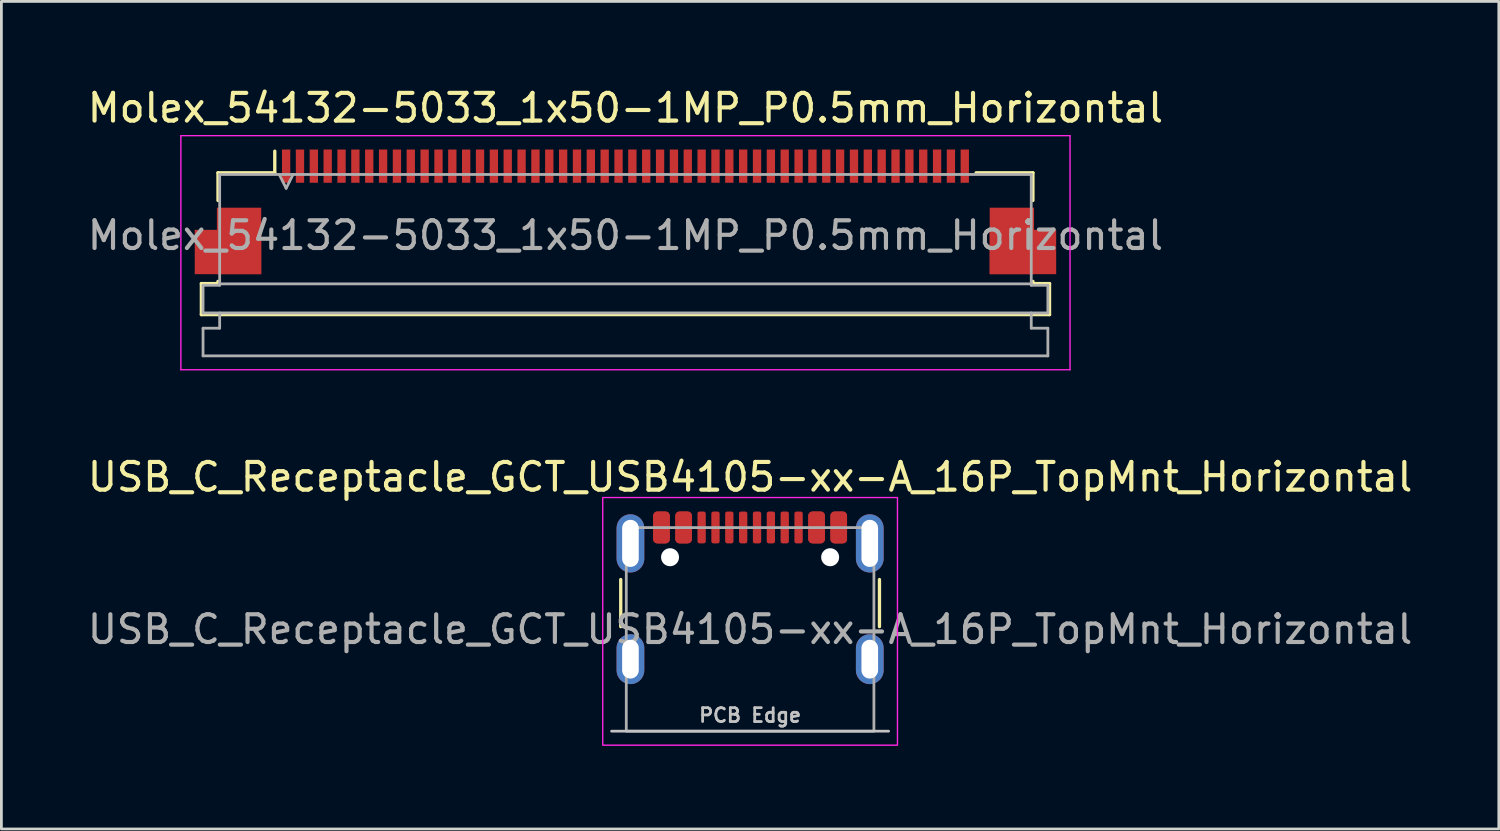
<source format=kicad_pcb>
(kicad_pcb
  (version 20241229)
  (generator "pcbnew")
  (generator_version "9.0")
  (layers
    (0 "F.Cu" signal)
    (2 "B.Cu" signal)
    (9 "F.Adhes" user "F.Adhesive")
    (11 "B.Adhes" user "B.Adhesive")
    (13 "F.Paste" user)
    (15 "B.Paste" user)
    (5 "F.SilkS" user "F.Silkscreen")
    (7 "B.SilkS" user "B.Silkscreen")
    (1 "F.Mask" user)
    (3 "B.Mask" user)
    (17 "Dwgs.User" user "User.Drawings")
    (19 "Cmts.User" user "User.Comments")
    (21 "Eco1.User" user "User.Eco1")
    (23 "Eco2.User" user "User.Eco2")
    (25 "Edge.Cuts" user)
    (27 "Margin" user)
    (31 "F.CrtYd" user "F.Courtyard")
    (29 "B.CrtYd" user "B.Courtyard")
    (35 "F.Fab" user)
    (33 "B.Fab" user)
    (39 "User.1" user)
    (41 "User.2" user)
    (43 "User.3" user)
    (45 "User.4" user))
  (footprint "Molex_54132-5033_1x50-1MP_P0.5mm_Horizontal"
    (layer "F.Cu")
    (at 19.53 4.598)
    (property "Reference" "Molex_54132-5033_1x50-1MP_P0.5mm_Horizontal" (at 0 -3.75 180) (layer "F.SilkS") (effects (font (size 1 1) (thickness 0.15))))
    (attr smd)
    (fp_line (start -15.31 2.59) (end -15.31 3.71) (stroke (width 0.12) (type solid)) (layer "F.SilkS"))
    (fp_line (start -15.31 2.59) (end -14.71 2.59) (stroke (width 0.12) (type solid)) (layer "F.SilkS"))
    (fp_line (start -14.71 -1.41) (end -14.71 -0.41) (stroke (width 0.12) (type solid)) (layer "F.SilkS"))
    (fp_line (start -14.71 2.59) (end -14.71 2.51) (stroke (width 0.12) (type solid)) (layer "F.SilkS"))
    (fp_line (start -12.66 -1.41) (end -14.71 -1.41) (stroke (width 0.12) (type solid)) (layer "F.SilkS"))
    (fp_line (start -12.66 -1.41) (end -12.66 -2.19) (stroke (width 0.12) (type solid)) (layer "F.SilkS"))
    (fp_line (start 14.71 -1.41) (end 12.66 -1.41) (stroke (width 0.12) (type solid)) (layer "F.SilkS"))
    (fp_line (start 14.71 -1.41) (end 14.71 -0.41) (stroke (width 0.12) (type solid)) (layer "F.SilkS"))
    (fp_line (start 14.71 2.59) (end 14.71 2.51) (stroke (width 0.12) (type solid)) (layer "F.SilkS"))
    (fp_line (start 14.71 2.59) (end 15.31 2.59) (stroke (width 0.12) (type solid)) (layer "F.SilkS"))
    (fp_line (start 15.31 2.59) (end 15.31 3.71) (stroke (width 0.12) (type solid)) (layer "F.SilkS"))
    (fp_line (start 15.31 3.71) (end -15.31 3.71) (stroke (width 0.12) (type solid)) (layer "F.SilkS"))
    (fp_line (start -16.05 -2.75) (end -16.05 5.7) (stroke (width 0.05) (type solid)) (layer "F.CrtYd"))
    (fp_line (start -16.05 -2.75) (end 16.05 -2.75) (stroke (width 0.05) (type solid)) (layer "F.CrtYd"))
    (fp_line (start 16.05 5.7) (end -16.05 5.7) (stroke (width 0.05) (type solid)) (layer "F.CrtYd"))
    (fp_line (start 16.05 5.7) (end 16.05 -2.75) (stroke (width 0.05) (type solid)) (layer "F.CrtYd"))
    (fp_line (start -15.25 2.65) (end -15.25 3.65) (stroke (width 0.1) (type solid)) (layer "F.Fab"))
    (fp_line (start -15.25 2.65) (end -14.65 2.65) (stroke (width 0.1) (type solid)) (layer "F.Fab"))
    (fp_line (start -15.25 3.65) (end 15.25 3.65) (stroke (width 0.1) (type solid)) (layer "F.Fab"))
    (fp_line (start -15.25 4.2) (end -15.25 5.2) (stroke (width 0.1) (type solid)) (layer "F.Fab"))
    (fp_line (start -15.25 4.2) (end -14.65 4.2) (stroke (width 0.1) (type solid)) (layer "F.Fab"))
    (fp_line (start -15.25 5.2) (end 15.25 5.2) (stroke (width 0.1) (type solid)) (layer "F.Fab"))
    (fp_line (start -14.65 -1.35) (end -14.65 2.6) (stroke (width 0.1) (type solid)) (layer "F.Fab"))
    (fp_line (start -14.65 -1.35) (end 14.65 -1.35) (stroke (width 0.1) (type solid)) (layer "F.Fab"))
    (fp_line (start -14.65 2.6) (end -14.65 2.65) (stroke (width 0.1) (type solid)) (layer "F.Fab"))
    (fp_line (start -14.65 2.6) (end 14.65 2.6) (stroke (width 0.1) (type solid)) (layer "F.Fab"))
    (fp_line (start -14.65 3.65) (end -14.65 4.2) (stroke (width 0.1) (type solid)) (layer "F.Fab"))
    (fp_line (start -12.5 -1.35) (end -12.25 -0.85) (stroke (width 0.1) (type solid)) (layer "F.Fab"))
    (fp_line (start -12.25 -0.85) (end -12 -1.35) (stroke (width 0.1) (type solid)) (layer "F.Fab"))
    (fp_line (start 14.65 -1.35) (end 14.65 2.6) (stroke (width 0.1) (type solid)) (layer "F.Fab"))
    (fp_line (start 14.65 2.6) (end 14.65 2.65) (stroke (width 0.1) (type solid)) (layer "F.Fab"))
    (fp_line (start 14.65 2.65) (end 15.25 2.65) (stroke (width 0.1) (type solid)) (layer "F.Fab"))
    (fp_line (start 14.65 3.65) (end 14.65 4.2) (stroke (width 0.1) (type solid)) (layer "F.Fab"))
    (fp_line (start 14.65 4.2) (end 15.25 4.2) (stroke (width 0.1) (type solid)) (layer "F.Fab"))
    (fp_line (start 15.25 2.65) (end 15.25 3.65) (stroke (width 0.1) (type solid)) (layer "F.Fab"))
    (fp_line (start 15.25 4.2) (end 15.25 5.2) (stroke (width 0.1) (type solid)) (layer "F.Fab"))
    (fp_text user "${REFERENCE}" (at 0 0.85 180) (layer "F.Fab") (effects (font (size 1 1) (thickness 0.15))))
    (pad "1" smd rect (at -12.25 -1.65) (size 0.3 1.2) (layers "F.Cu" "F.Mask" "F.Paste"))
    (pad "2" smd rect (at -11.75 -1.65) (size 0.3 1.2) (layers "F.Cu" "F.Mask" "F.Paste"))
    (pad "3" smd rect (at -11.25 -1.65) (size 0.3 1.2) (layers "F.Cu" "F.Mask" "F.Paste"))
    (pad "4" smd rect (at -10.75 -1.65) (size 0.3 1.2) (layers "F.Cu" "F.Mask" "F.Paste"))
    (pad "5" smd rect (at -10.25 -1.65) (size 0.3 1.2) (layers "F.Cu" "F.Mask" "F.Paste"))
    (pad "6" smd rect (at -9.75 -1.65) (size 0.3 1.2) (layers "F.Cu" "F.Mask" "F.Paste"))
    (pad "7" smd rect (at -9.25 -1.65) (size 0.3 1.2) (layers "F.Cu" "F.Mask" "F.Paste"))
    (pad "8" smd rect (at -8.75 -1.65) (size 0.3 1.2) (layers "F.Cu" "F.Mask" "F.Paste"))
    (pad "9" smd rect (at -8.25 -1.65) (size 0.3 1.2) (layers "F.Cu" "F.Mask" "F.Paste"))
    (pad "10" smd rect (at -7.75 -1.65) (size 0.3 1.2) (layers "F.Cu" "F.Mask" "F.Paste"))
    (pad "11" smd rect (at -7.25 -1.65) (size 0.3 1.2) (layers "F.Cu" "F.Mask" "F.Paste"))
    (pad "12" smd rect (at -6.75 -1.65) (size 0.3 1.2) (layers "F.Cu" "F.Mask" "F.Paste"))
    (pad "13" smd rect (at -6.25 -1.65) (size 0.3 1.2) (layers "F.Cu" "F.Mask" "F.Paste"))
    (pad "14" smd rect (at -5.75 -1.65) (size 0.3 1.2) (layers "F.Cu" "F.Mask" "F.Paste"))
    (pad "15" smd rect (at -5.25 -1.65) (size 0.3 1.2) (layers "F.Cu" "F.Mask" "F.Paste"))
    (pad "16" smd rect (at -4.75 -1.65) (size 0.3 1.2) (layers "F.Cu" "F.Mask" "F.Paste"))
    (pad "17" smd rect (at -4.25 -1.65) (size 0.3 1.2) (layers "F.Cu" "F.Mask" "F.Paste"))
    (pad "18" smd rect (at -3.75 -1.65) (size 0.3 1.2) (layers "F.Cu" "F.Mask" "F.Paste"))
    (pad "19" smd rect (at -3.25 -1.65) (size 0.3 1.2) (layers "F.Cu" "F.Mask" "F.Paste"))
    (pad "20" smd rect (at -2.75 -1.65) (size 0.3 1.2) (layers "F.Cu" "F.Mask" "F.Paste"))
    (pad "21" smd rect (at -2.25 -1.65) (size 0.3 1.2) (layers "F.Cu" "F.Mask" "F.Paste"))
    (pad "22" smd rect (at -1.75 -1.65) (size 0.3 1.2) (layers "F.Cu" "F.Mask" "F.Paste"))
    (pad "23" smd rect (at -1.25 -1.65) (size 0.3 1.2) (layers "F.Cu" "F.Mask" "F.Paste"))
    (pad "24" smd rect (at -0.75 -1.65) (size 0.3 1.2) (layers "F.Cu" "F.Mask" "F.Paste"))
    (pad "25" smd rect (at -0.25 -1.65) (size 0.3 1.2) (layers "F.Cu" "F.Mask" "F.Paste"))
    (pad "26" smd rect (at 0.25 -1.65) (size 0.3 1.2) (layers "F.Cu" "F.Mask" "F.Paste"))
    (pad "27" smd rect (at 0.75 -1.65) (size 0.3 1.2) (layers "F.Cu" "F.Mask" "F.Paste"))
    (pad "28" smd rect (at 1.25 -1.65) (size 0.3 1.2) (layers "F.Cu" "F.Mask" "F.Paste"))
    (pad "29" smd rect (at 1.75 -1.65) (size 0.3 1.2) (layers "F.Cu" "F.Mask" "F.Paste"))
    (pad "30" smd rect (at 2.25 -1.65) (size 0.3 1.2) (layers "F.Cu" "F.Mask" "F.Paste"))
    (pad "31" smd rect (at 2.75 -1.65) (size 0.3 1.2) (layers "F.Cu" "F.Mask" "F.Paste"))
    (pad "32" smd rect (at 3.25 -1.65) (size 0.3 1.2) (layers "F.Cu" "F.Mask" "F.Paste"))
    (pad "33" smd rect (at 3.75 -1.65) (size 0.3 1.2) (layers "F.Cu" "F.Mask" "F.Paste"))
    (pad "34" smd rect (at 4.25 -1.65) (size 0.3 1.2) (layers "F.Cu" "F.Mask" "F.Paste"))
    (pad "35" smd rect (at 4.75 -1.65) (size 0.3 1.2) (layers "F.Cu" "F.Mask" "F.Paste"))
    (pad "36" smd rect (at 5.25 -1.65) (size 0.3 1.2) (layers "F.Cu" "F.Mask" "F.Paste"))
    (pad "37" smd rect (at 5.75 -1.65) (size 0.3 1.2) (layers "F.Cu" "F.Mask" "F.Paste"))
    (pad "38" smd rect (at 6.25 -1.65) (size 0.3 1.2) (layers "F.Cu" "F.Mask" "F.Paste"))
    (pad "39" smd rect (at 6.75 -1.65) (size 0.3 1.2) (layers "F.Cu" "F.Mask" "F.Paste"))
    (pad "40" smd rect (at 7.25 -1.65) (size 0.3 1.2) (layers "F.Cu" "F.Mask" "F.Paste"))
    (pad "41" smd rect (at 7.75 -1.65) (size 0.3 1.2) (layers "F.Cu" "F.Mask" "F.Paste"))
    (pad "42" smd rect (at 8.25 -1.65) (size 0.3 1.2) (layers "F.Cu" "F.Mask" "F.Paste"))
    (pad "43" smd rect (at 8.75 -1.65) (size 0.3 1.2) (layers "F.Cu" "F.Mask" "F.Paste"))
    (pad "44" smd rect (at 9.25 -1.65) (size 0.3 1.2) (layers "F.Cu" "F.Mask" "F.Paste"))
    (pad "45" smd rect (at 9.75 -1.65) (size 0.3 1.2) (layers "F.Cu" "F.Mask" "F.Paste"))
    (pad "46" smd rect (at 10.25 -1.65) (size 0.3 1.2) (layers "F.Cu" "F.Mask" "F.Paste"))
    (pad "47" smd rect (at 10.75 -1.65) (size 0.3 1.2) (layers "F.Cu" "F.Mask" "F.Paste"))
    (pad "48" smd rect (at 11.25 -1.65) (size 0.3 1.2) (layers "F.Cu" "F.Mask" "F.Paste"))
    (pad "49" smd rect (at 11.75 -1.65) (size 0.3 1.2) (layers "F.Cu" "F.Mask" "F.Paste"))
    (pad "50" smd rect (at 12.25 -1.65) (size 0.3 1.2) (layers "F.Cu" "F.Mask" "F.Paste"))
    (pad "MP" smd rect (at -14.35 1.45) (size 2.4 1.6) (layers "F.Cu" "F.Mask" "F.Paste"))
    (pad "MP" smd rect (at -13.95 1.05) (size 1.6 2.4) (layers "F.Cu" "F.Mask" "F.Paste"))
    (pad "MP" smd rect (at 13.95 1.05) (size 1.6 2.4) (layers "F.Cu" "F.Mask" "F.Paste"))
    (pad "MP" smd rect (at 14.35 1.45) (size 2.4 1.6) (layers "F.Cu" "F.Mask" "F.Paste")))
  (footprint "USB_C_Receptacle_GCT_USB4105-xx-A_16P_TopMnt_Horizontal"
    (layer "F.Cu")
    (at 24.03 19.672)
    (property "Reference" "USB_C_Receptacle_GCT_USB4105-xx-A_16P_TopMnt_Horizontal" (at 0 -5.5 0) (unlocked yes) (layer "F.SilkS") (effects (font (size 1 1) (thickness 0.15))))
    (attr smd)
    (fp_line (start -4.67 -0.1) (end -4.67 -1.8) (stroke (width 0.12) (type solid)) (layer "F.SilkS"))
    (fp_line (start 4.67 -0.1) (end 4.67 -1.8) (stroke (width 0.12) (type solid)) (layer "F.SilkS"))
    (fp_line (start 5 3.675) (end -5 3.675) (stroke (width 0.1) (type solid)) (layer "Dwgs.User"))
    (fp_rect (start -5.32 -4.76) (end 5.32 4.18) (stroke (width 0.05) (type solid)) (fill no) (layer "F.CrtYd"))
    (fp_rect (start -4.47 -3.675) (end 4.47 3.675) (stroke (width 0.1) (type solid)) (fill no) (layer "F.Fab"))
    (fp_text user "PCB Edge" (at 0 3.1 0) (unlocked yes) (layer "Dwgs.User") (effects (font (size 0.5 0.5) (thickness 0.1))))
    (fp_text user "${REFERENCE}" (at 0 0 0) (unlocked yes) (layer "F.Fab") (effects (font (size 1 1) (thickness 0.15))))
    (pad "" np_thru_hole circle (at -2.89 -2.605) (size 0.65 0.65) (drill 0.65) (layers "*.Cu" "*.Mask"))
    (pad "" np_thru_hole circle (at 2.89 -2.605) (size 0.65 0.65) (drill 0.65) (layers "*.Cu" "*.Mask"))
    (pad "A1" smd roundrect (at -3.2 -3.68) (size 0.6 1.15) (layers "F.Cu" "F.Mask" "F.Paste") (roundrect_rratio 0.25))
    (pad "A4" smd roundrect (at -2.4 -3.68) (size 0.6 1.15) (layers "F.Cu" "F.Mask" "F.Paste") (roundrect_rratio 0.25))
    (pad "A5" smd roundrect (at -1.25 -3.68) (size 0.3 1.15) (layers "F.Cu" "F.Mask" "F.Paste") (roundrect_rratio 0.25))
    (pad "A6" smd roundrect (at -0.25 -3.68) (size 0.3 1.15) (layers "F.Cu" "F.Mask" "F.Paste") (roundrect_rratio 0.25))
    (pad "A7" smd roundrect (at 0.25 -3.68) (size 0.3 1.15) (layers "F.Cu" "F.Mask" "F.Paste") (roundrect_rratio 0.25))
    (pad "A8" smd roundrect (at 1.25 -3.68) (size 0.3 1.15) (layers "F.Cu" "F.Mask" "F.Paste") (roundrect_rratio 0.25))
    (pad "A9" smd roundrect (at 2.4 -3.68) (size 0.6 1.15) (layers "F.Cu" "F.Mask" "F.Paste") (roundrect_rratio 0.25))
    (pad "A12" smd roundrect (at 3.2 -3.68) (size 0.6 1.15) (layers "F.Cu" "F.Mask" "F.Paste") (roundrect_rratio 0.25))
    (pad "B1" smd roundrect (at 3.2 -3.68) (size 0.6 1.15) (layers "F.Cu" "F.Mask" "F.Paste") (roundrect_rratio 0.25))
    (pad "B4" smd roundrect (at 2.4 -3.68) (size 0.6 1.15) (layers "F.Cu" "F.Mask" "F.Paste") (roundrect_rratio 0.25))
    (pad "B5" smd roundrect (at 1.75 -3.68) (size 0.3 1.15) (layers "F.Cu" "F.Mask" "F.Paste") (roundrect_rratio 0.25))
    (pad "B6" smd roundrect (at 0.75 -3.68) (size 0.3 1.15) (layers "F.Cu" "F.Mask" "F.Paste") (roundrect_rratio 0.25))
    (pad "B7" smd roundrect (at -0.75 -3.68) (size 0.3 1.15) (layers "F.Cu" "F.Mask" "F.Paste") (roundrect_rratio 0.25))
    (pad "B8" smd roundrect (at -1.75 -3.68) (size 0.3 1.15) (layers "F.Cu" "F.Mask" "F.Paste") (roundrect_rratio 0.25))
    (pad "B9" smd roundrect (at -2.4 -3.68) (size 0.6 1.15) (layers "F.Cu" "F.Mask" "F.Paste") (roundrect_rratio 0.25))
    (pad "B12" smd roundrect (at -3.2 -3.68) (size 0.6 1.15) (layers "F.Cu" "F.Mask" "F.Paste") (roundrect_rratio 0.25))
    (pad "S1" thru_hole oval (at -4.32 -3.105) (size 1 2.1) (drill oval 0.6 1.7) (property pad_prop_heatsink) (layers "*.Cu" "*.Mask" "F.Paste"))
    (pad "S1" thru_hole oval (at -4.32 1.075) (size 1 1.8) (drill oval 0.6 1.4) (property pad_prop_heatsink) (layers "*.Cu" "*.Mask" "F.Paste"))
    (pad "S1" thru_hole oval (at 4.32 -3.105) (size 1 2.1) (drill oval 0.6 1.7) (property pad_prop_heatsink) (layers "*.Cu" "*.Mask" "F.Paste"))
    (pad "S1" thru_hole oval (at 4.32 1.075) (size 1 1.8) (drill oval 0.6 1.4) (property pad_prop_heatsink) (layers "*.Cu" "*.Mask" "F.Paste")))
  (gr_rect
    (start -3 -3)
    (end 51.06 26.877)
    (stroke (width 0.1) (type default))
    (fill no)
    (layer "Edge.Cuts")))
</source>
